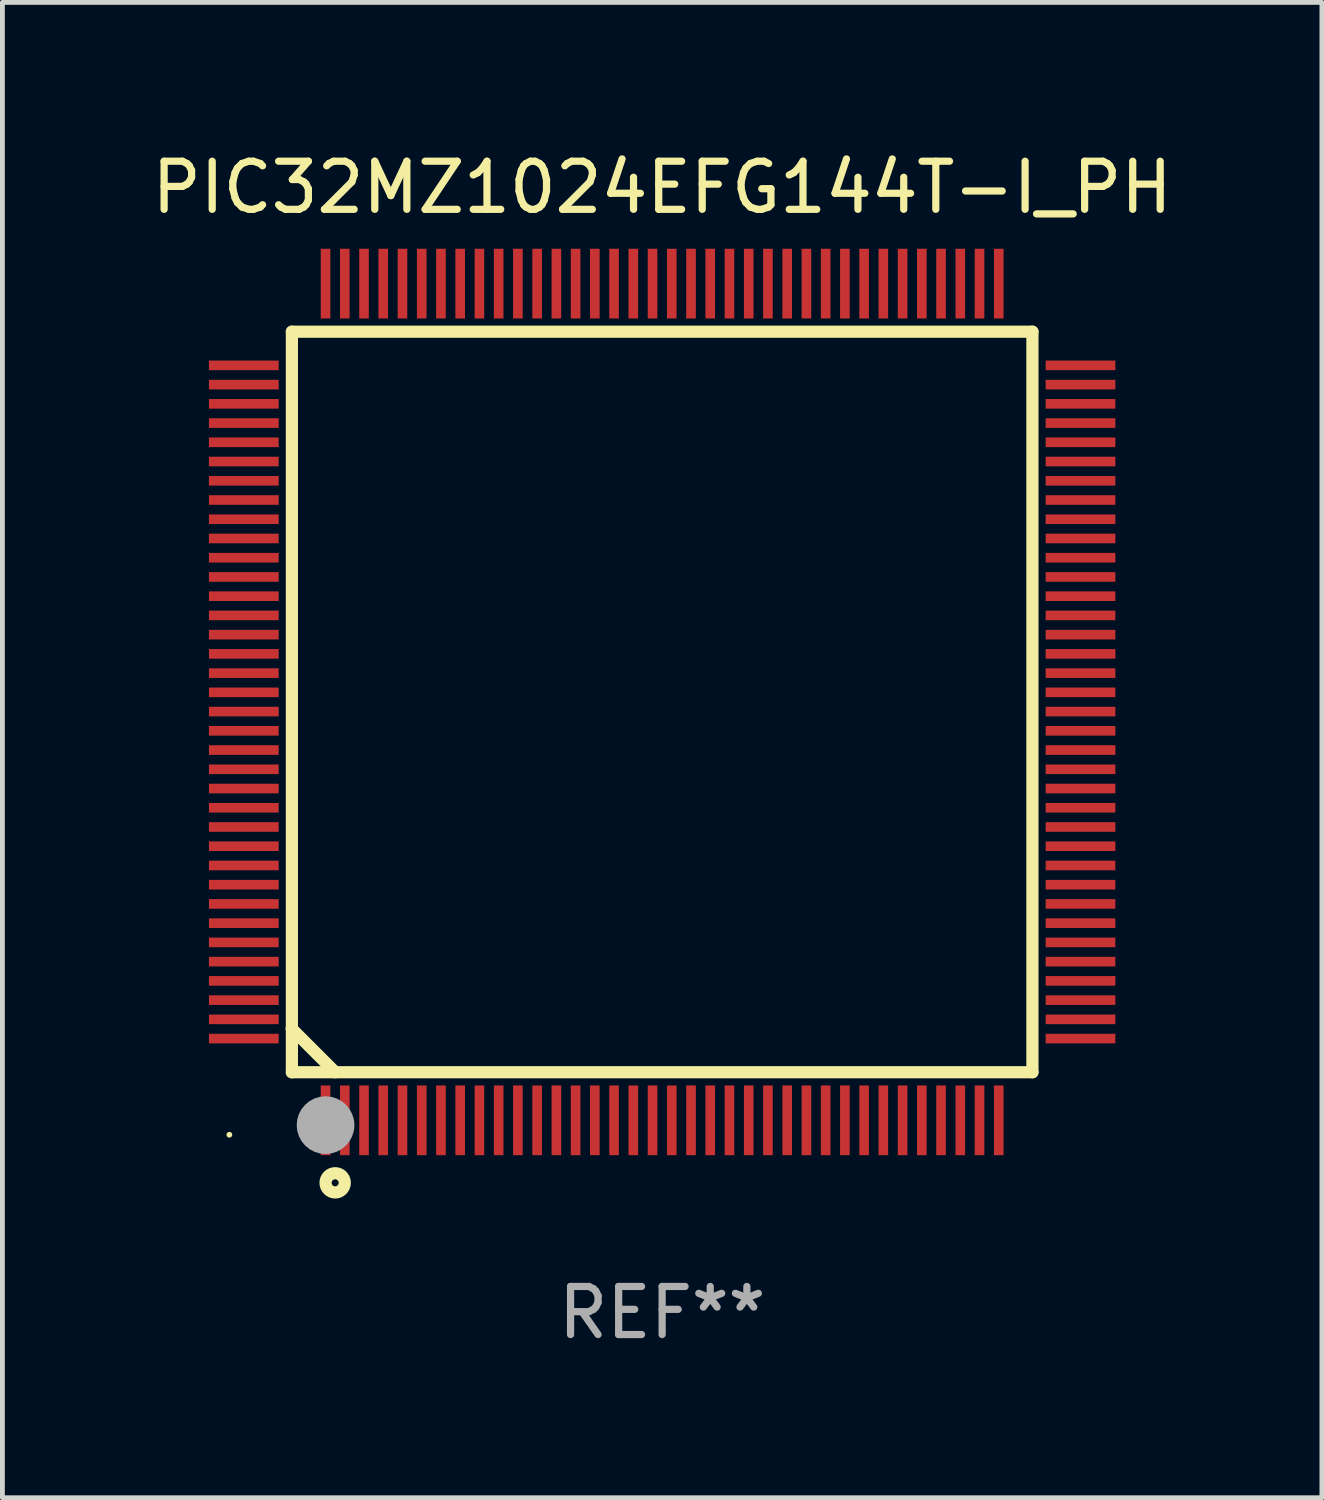
<source format=kicad_pcb>
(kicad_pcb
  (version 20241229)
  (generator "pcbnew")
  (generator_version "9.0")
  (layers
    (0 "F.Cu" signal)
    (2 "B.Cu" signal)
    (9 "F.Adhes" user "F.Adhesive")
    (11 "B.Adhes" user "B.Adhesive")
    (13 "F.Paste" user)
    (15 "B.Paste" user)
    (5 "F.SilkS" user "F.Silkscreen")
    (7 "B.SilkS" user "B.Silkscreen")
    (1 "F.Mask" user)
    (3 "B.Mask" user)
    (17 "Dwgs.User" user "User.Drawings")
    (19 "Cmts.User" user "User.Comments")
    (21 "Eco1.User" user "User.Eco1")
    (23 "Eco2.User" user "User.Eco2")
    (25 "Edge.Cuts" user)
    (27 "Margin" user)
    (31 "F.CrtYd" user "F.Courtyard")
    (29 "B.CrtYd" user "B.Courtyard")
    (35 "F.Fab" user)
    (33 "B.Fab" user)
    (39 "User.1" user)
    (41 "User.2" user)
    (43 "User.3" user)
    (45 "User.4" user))
  (footprint "PIC32MZ1024EFG144T-I_PH"
    (layer "F.Cu")
    (at 10.72 11.548)
    (property "Reference" "PIC32MZ1024EFG144T-I_PH" (at 0 -10.7 0) (layer "F.SilkS") (effects (font (size 1 1) (thickness 0.15))))
    (attr through_hole)
    (fp_line (start -7.7 -7.7) (end -7.7 7.7) (stroke (width 0.254) (type solid)) (layer "F.SilkS"))
    (fp_line (start -7.7 -7.7) (end 7.7 -7.7) (stroke (width 0.254) (type solid)) (layer "F.SilkS"))
    (fp_line (start -7.7 6.774) (end -7.7 6.798) (stroke (width 0.254) (type solid)) (layer "F.SilkS"))
    (fp_line (start -7.7 6.798) (end -6.798 7.7) (stroke (width 0.254) (type solid)) (layer "F.SilkS"))
    (fp_line (start -7.7 7.7) (end 7.7 7.7) (stroke (width 0.254) (type solid)) (layer "F.SilkS"))
    (fp_line (start 7.7 7.7) (end 7.7 -7.7) (stroke (width 0.254) (type solid)) (layer "F.SilkS"))
    (fp_circle (center -9 9) (end -8.97 9) (stroke (width 0.06) (type solid)) (fill no) (layer "F.SilkS"))
    (fp_circle (center -6.8 10) (end -6.6 10) (stroke (width 0.254) (type solid)) (fill no) (layer "F.SilkS"))
    (fp_circle (center -7 8.8) (end -6.7 8.8) (stroke (width 0.6) (type solid)) (fill no) (layer "F.Fab"))
    (fp_text user "REF**" (at 0 12.7 0) (layer "F.Fab") (effects (font (size 1 1) (thickness 0.15))))
    (pad "1" smd rect (at -7 8.7) (size 0.2 1.45) (layers "F.Cu" "F.Mask" "F.Paste"))
    (pad "2" smd rect (at -6.6 8.7) (size 0.2 1.45) (layers "F.Cu" "F.Mask" "F.Paste"))
    (pad "3" smd rect (at -6.2 8.7) (size 0.2 1.45) (layers "F.Cu" "F.Mask" "F.Paste"))
    (pad "4" smd rect (at -5.8 8.7) (size 0.2 1.45) (layers "F.Cu" "F.Mask" "F.Paste"))
    (pad "5" smd rect (at -5.4 8.7) (size 0.2 1.45) (layers "F.Cu" "F.Mask" "F.Paste"))
    (pad "6" smd rect (at -5 8.7) (size 0.2 1.45) (layers "F.Cu" "F.Mask" "F.Paste"))
    (pad "7" smd rect (at -4.6 8.7) (size 0.2 1.45) (layers "F.Cu" "F.Mask" "F.Paste"))
    (pad "8" smd rect (at -4.2 8.7) (size 0.2 1.45) (layers "F.Cu" "F.Mask" "F.Paste"))
    (pad "9" smd rect (at -3.8 8.7) (size 0.2 1.45) (layers "F.Cu" "F.Mask" "F.Paste"))
    (pad "10" smd rect (at -3.4 8.7) (size 0.2 1.45) (layers "F.Cu" "F.Mask" "F.Paste"))
    (pad "11" smd rect (at -3 8.7) (size 0.2 1.45) (layers "F.Cu" "F.Mask" "F.Paste"))
    (pad "12" smd rect (at -2.6 8.7) (size 0.2 1.45) (layers "F.Cu" "F.Mask" "F.Paste"))
    (pad "13" smd rect (at -2.2 8.7) (size 0.2 1.45) (layers "F.Cu" "F.Mask" "F.Paste"))
    (pad "14" smd rect (at -1.8 8.7) (size 0.2 1.45) (layers "F.Cu" "F.Mask" "F.Paste"))
    (pad "15" smd rect (at -1.4 8.7) (size 0.2 1.45) (layers "F.Cu" "F.Mask" "F.Paste"))
    (pad "16" smd rect (at -1 8.7) (size 0.2 1.45) (layers "F.Cu" "F.Mask" "F.Paste"))
    (pad "17" smd rect (at -0.6 8.7) (size 0.2 1.45) (layers "F.Cu" "F.Mask" "F.Paste"))
    (pad "18" smd rect (at -0.2 8.7) (size 0.2 1.45) (layers "F.Cu" "F.Mask" "F.Paste"))
    (pad "19" smd rect (at 0.2 8.7) (size 0.2 1.45) (layers "F.Cu" "F.Mask" "F.Paste"))
    (pad "20" smd rect (at 0.6 8.7) (size 0.2 1.45) (layers "F.Cu" "F.Mask" "F.Paste"))
    (pad "21" smd rect (at 1 8.7) (size 0.2 1.45) (layers "F.Cu" "F.Mask" "F.Paste"))
    (pad "22" smd rect (at 1.4 8.7) (size 0.2 1.45) (layers "F.Cu" "F.Mask" "F.Paste"))
    (pad "23" smd rect (at 1.8 8.7) (size 0.2 1.45) (layers "F.Cu" "F.Mask" "F.Paste"))
    (pad "24" smd rect (at 2.2 8.7) (size 0.2 1.45) (layers "F.Cu" "F.Mask" "F.Paste"))
    (pad "25" smd rect (at 2.6 8.7) (size 0.2 1.45) (layers "F.Cu" "F.Mask" "F.Paste"))
    (pad "26" smd rect (at 3 8.7) (size 0.2 1.45) (layers "F.Cu" "F.Mask" "F.Paste"))
    (pad "27" smd rect (at 3.4 8.7) (size 0.2 1.45) (layers "F.Cu" "F.Mask" "F.Paste"))
    (pad "28" smd rect (at 3.8 8.7) (size 0.2 1.45) (layers "F.Cu" "F.Mask" "F.Paste"))
    (pad "29" smd rect (at 4.2 8.7) (size 0.2 1.45) (layers "F.Cu" "F.Mask" "F.Paste"))
    (pad "30" smd rect (at 4.6 8.7) (size 0.2 1.45) (layers "F.Cu" "F.Mask" "F.Paste"))
    (pad "31" smd rect (at 5 8.7) (size 0.2 1.45) (layers "F.Cu" "F.Mask" "F.Paste"))
    (pad "32" smd rect (at 5.4 8.7) (size 0.2 1.45) (layers "F.Cu" "F.Mask" "F.Paste"))
    (pad "33" smd rect (at 5.8 8.7) (size 0.2 1.45) (layers "F.Cu" "F.Mask" "F.Paste"))
    (pad "34" smd rect (at 6.2 8.7) (size 0.2 1.45) (layers "F.Cu" "F.Mask" "F.Paste"))
    (pad "35" smd rect (at 6.6 8.7) (size 0.2 1.45) (layers "F.Cu" "F.Mask" "F.Paste"))
    (pad "36" smd rect (at 7 8.7) (size 0.2 1.45) (layers "F.Cu" "F.Mask" "F.Paste"))
    (pad "37" smd rect (at 8.7 7) (size 1.45 0.2) (layers "F.Cu" "F.Mask" "F.Paste"))
    (pad "38" smd rect (at 8.7 6.6) (size 1.45 0.2) (layers "F.Cu" "F.Mask" "F.Paste"))
    (pad "39" smd rect (at 8.7 6.2) (size 1.45 0.2) (layers "F.Cu" "F.Mask" "F.Paste"))
    (pad "40" smd rect (at 8.7 5.8) (size 1.45 0.2) (layers "F.Cu" "F.Mask" "F.Paste"))
    (pad "41" smd rect (at 8.7 5.4) (size 1.45 0.2) (layers "F.Cu" "F.Mask" "F.Paste"))
    (pad "42" smd rect (at 8.7 5) (size 1.45 0.2) (layers "F.Cu" "F.Mask" "F.Paste"))
    (pad "43" smd rect (at 8.7 4.6) (size 1.45 0.2) (layers "F.Cu" "F.Mask" "F.Paste"))
    (pad "44" smd rect (at 8.7 4.2) (size 1.45 0.2) (layers "F.Cu" "F.Mask" "F.Paste"))
    (pad "45" smd rect (at 8.7 3.8) (size 1.45 0.2) (layers "F.Cu" "F.Mask" "F.Paste"))
    (pad "46" smd rect (at 8.7 3.4) (size 1.45 0.2) (layers "F.Cu" "F.Mask" "F.Paste"))
    (pad "47" smd rect (at 8.7 3) (size 1.45 0.2) (layers "F.Cu" "F.Mask" "F.Paste"))
    (pad "48" smd rect (at 8.7 2.6) (size 1.45 0.2) (layers "F.Cu" "F.Mask" "F.Paste"))
    (pad "49" smd rect (at 8.7 2.2) (size 1.45 0.2) (layers "F.Cu" "F.Mask" "F.Paste"))
    (pad "50" smd rect (at 8.7 1.8) (size 1.45 0.2) (layers "F.Cu" "F.Mask" "F.Paste"))
    (pad "51" smd rect (at 8.7 1.4) (size 1.45 0.2) (layers "F.Cu" "F.Mask" "F.Paste"))
    (pad "52" smd rect (at 8.7 1) (size 1.45 0.2) (layers "F.Cu" "F.Mask" "F.Paste"))
    (pad "53" smd rect (at 8.7 0.6) (size 1.45 0.2) (layers "F.Cu" "F.Mask" "F.Paste"))
    (pad "54" smd rect (at 8.7 0.2) (size 1.45 0.2) (layers "F.Cu" "F.Mask" "F.Paste"))
    (pad "55" smd rect (at 8.7 -0.2) (size 1.45 0.2) (layers "F.Cu" "F.Mask" "F.Paste"))
    (pad "56" smd rect (at 8.7 -0.6) (size 1.45 0.2) (layers "F.Cu" "F.Mask" "F.Paste"))
    (pad "57" smd rect (at 8.7 -1) (size 1.45 0.2) (layers "F.Cu" "F.Mask" "F.Paste"))
    (pad "58" smd rect (at 8.7 -1.4) (size 1.45 0.2) (layers "F.Cu" "F.Mask" "F.Paste"))
    (pad "59" smd rect (at 8.7 -1.8) (size 1.45 0.2) (layers "F.Cu" "F.Mask" "F.Paste"))
    (pad "60" smd rect (at 8.7 -2.2) (size 1.45 0.2) (layers "F.Cu" "F.Mask" "F.Paste"))
    (pad "61" smd rect (at 8.7 -2.6) (size 1.45 0.2) (layers "F.Cu" "F.Mask" "F.Paste"))
    (pad "62" smd rect (at 8.7 -3) (size 1.45 0.2) (layers "F.Cu" "F.Mask" "F.Paste"))
    (pad "63" smd rect (at 8.7 -3.4) (size 1.45 0.2) (layers "F.Cu" "F.Mask" "F.Paste"))
    (pad "64" smd rect (at 8.7 -3.8) (size 1.45 0.2) (layers "F.Cu" "F.Mask" "F.Paste"))
    (pad "65" smd rect (at 8.7 -4.2) (size 1.45 0.2) (layers "F.Cu" "F.Mask" "F.Paste"))
    (pad "66" smd rect (at 8.7 -4.6) (size 1.45 0.2) (layers "F.Cu" "F.Mask" "F.Paste"))
    (pad "67" smd rect (at 8.7 -5) (size 1.45 0.2) (layers "F.Cu" "F.Mask" "F.Paste"))
    (pad "68" smd rect (at 8.7 -5.4) (size 1.45 0.2) (layers "F.Cu" "F.Mask" "F.Paste"))
    (pad "69" smd rect (at 8.7 -5.8) (size 1.45 0.2) (layers "F.Cu" "F.Mask" "F.Paste"))
    (pad "70" smd rect (at 8.7 -6.2) (size 1.45 0.2) (layers "F.Cu" "F.Mask" "F.Paste"))
    (pad "71" smd rect (at 8.7 -6.6) (size 1.45 0.2) (layers "F.Cu" "F.Mask" "F.Paste"))
    (pad "72" smd rect (at 8.7 -7) (size 1.45 0.2) (layers "F.Cu" "F.Mask" "F.Paste"))
    (pad "73" smd rect (at 7 -8.7) (size 0.2 1.45) (layers "F.Cu" "F.Mask" "F.Paste"))
    (pad "74" smd rect (at 6.6 -8.7) (size 0.2 1.45) (layers "F.Cu" "F.Mask" "F.Paste"))
    (pad "75" smd rect (at 6.2 -8.7) (size 0.2 1.45) (layers "F.Cu" "F.Mask" "F.Paste"))
    (pad "76" smd rect (at 5.8 -8.7) (size 0.2 1.45) (layers "F.Cu" "F.Mask" "F.Paste"))
    (pad "77" smd rect (at 5.4 -8.7) (size 0.2 1.45) (layers "F.Cu" "F.Mask" "F.Paste"))
    (pad "78" smd rect (at 5 -8.7) (size 0.2 1.45) (layers "F.Cu" "F.Mask" "F.Paste"))
    (pad "79" smd rect (at 4.6 -8.7) (size 0.2 1.45) (layers "F.Cu" "F.Mask" "F.Paste"))
    (pad "80" smd rect (at 4.2 -8.7) (size 0.2 1.45) (layers "F.Cu" "F.Mask" "F.Paste"))
    (pad "81" smd rect (at 3.8 -8.7) (size 0.2 1.45) (layers "F.Cu" "F.Mask" "F.Paste"))
    (pad "82" smd rect (at 3.4 -8.7) (size 0.2 1.45) (layers "F.Cu" "F.Mask" "F.Paste"))
    (pad "83" smd rect (at 3 -8.7) (size 0.2 1.45) (layers "F.Cu" "F.Mask" "F.Paste"))
    (pad "84" smd rect (at 2.6 -8.7) (size 0.2 1.45) (layers "F.Cu" "F.Mask" "F.Paste"))
    (pad "85" smd rect (at 2.2 -8.7) (size 0.2 1.45) (layers "F.Cu" "F.Mask" "F.Paste"))
    (pad "86" smd rect (at 1.8 -8.7) (size 0.2 1.45) (layers "F.Cu" "F.Mask" "F.Paste"))
    (pad "87" smd rect (at 1.4 -8.7) (size 0.2 1.45) (layers "F.Cu" "F.Mask" "F.Paste"))
    (pad "88" smd rect (at 1 -8.7) (size 0.2 1.45) (layers "F.Cu" "F.Mask" "F.Paste"))
    (pad "89" smd rect (at 0.6 -8.7) (size 0.2 1.45) (layers "F.Cu" "F.Mask" "F.Paste"))
    (pad "90" smd rect (at 0.2 -8.7) (size 0.2 1.45) (layers "F.Cu" "F.Mask" "F.Paste"))
    (pad "91" smd rect (at -0.2 -8.7) (size 0.2 1.45) (layers "F.Cu" "F.Mask" "F.Paste"))
    (pad "92" smd rect (at -0.6 -8.7) (size 0.2 1.45) (layers "F.Cu" "F.Mask" "F.Paste"))
    (pad "93" smd rect (at -1 -8.7) (size 0.2 1.45) (layers "F.Cu" "F.Mask" "F.Paste"))
    (pad "94" smd rect (at -1.4 -8.7) (size 0.2 1.45) (layers "F.Cu" "F.Mask" "F.Paste"))
    (pad "95" smd rect (at -1.8 -8.7) (size 0.2 1.45) (layers "F.Cu" "F.Mask" "F.Paste"))
    (pad "96" smd rect (at -2.2 -8.7) (size 0.2 1.45) (layers "F.Cu" "F.Mask" "F.Paste"))
    (pad "97" smd rect (at -2.6 -8.7) (size 0.2 1.45) (layers "F.Cu" "F.Mask" "F.Paste"))
    (pad "98" smd rect (at -3 -8.7) (size 0.2 1.45) (layers "F.Cu" "F.Mask" "F.Paste"))
    (pad "99" smd rect (at -3.4 -8.7) (size 0.2 1.45) (layers "F.Cu" "F.Mask" "F.Paste"))
    (pad "100" smd rect (at -3.8 -8.7) (size 0.2 1.45) (layers "F.Cu" "F.Mask" "F.Paste"))
    (pad "101" smd rect (at -4.2 -8.7) (size 0.2 1.45) (layers "F.Cu" "F.Mask" "F.Paste"))
    (pad "102" smd rect (at -4.6 -8.7) (size 0.2 1.45) (layers "F.Cu" "F.Mask" "F.Paste"))
    (pad "103" smd rect (at -5 -8.7) (size 0.2 1.45) (layers "F.Cu" "F.Mask" "F.Paste"))
    (pad "104" smd rect (at -5.4 -8.7) (size 0.2 1.45) (layers "F.Cu" "F.Mask" "F.Paste"))
    (pad "105" smd rect (at -5.8 -8.7) (size 0.2 1.45) (layers "F.Cu" "F.Mask" "F.Paste"))
    (pad "106" smd rect (at -6.2 -8.7) (size 0.2 1.45) (layers "F.Cu" "F.Mask" "F.Paste"))
    (pad "107" smd rect (at -6.6 -8.7) (size 0.2 1.45) (layers "F.Cu" "F.Mask" "F.Paste"))
    (pad "108" smd rect (at -7 -8.7) (size 0.2 1.45) (layers "F.Cu" "F.Mask" "F.Paste"))
    (pad "109" smd rect (at -8.7 -7) (size 1.45 0.2) (layers "F.Cu" "F.Mask" "F.Paste"))
    (pad "110" smd rect (at -8.7 -6.6) (size 1.45 0.2) (layers "F.Cu" "F.Mask" "F.Paste"))
    (pad "111" smd rect (at -8.7 -6.2) (size 1.45 0.2) (layers "F.Cu" "F.Mask" "F.Paste"))
    (pad "112" smd rect (at -8.7 -5.8) (size 1.45 0.2) (layers "F.Cu" "F.Mask" "F.Paste"))
    (pad "113" smd rect (at -8.7 -5.4) (size 1.45 0.2) (layers "F.Cu" "F.Mask" "F.Paste"))
    (pad "114" smd rect (at -8.7 -5) (size 1.45 0.2) (layers "F.Cu" "F.Mask" "F.Paste"))
    (pad "115" smd rect (at -8.7 -4.6) (size 1.45 0.2) (layers "F.Cu" "F.Mask" "F.Paste"))
    (pad "116" smd rect (at -8.7 -4.2) (size 1.45 0.2) (layers "F.Cu" "F.Mask" "F.Paste"))
    (pad "117" smd rect (at -8.7 -3.8) (size 1.45 0.2) (layers "F.Cu" "F.Mask" "F.Paste"))
    (pad "118" smd rect (at -8.7 -3.4) (size 1.45 0.2) (layers "F.Cu" "F.Mask" "F.Paste"))
    (pad "119" smd rect (at -8.7 -3) (size 1.45 0.2) (layers "F.Cu" "F.Mask" "F.Paste"))
    (pad "120" smd rect (at -8.7 -2.6) (size 1.45 0.2) (layers "F.Cu" "F.Mask" "F.Paste"))
    (pad "121" smd rect (at -8.7 -2.2) (size 1.45 0.2) (layers "F.Cu" "F.Mask" "F.Paste"))
    (pad "122" smd rect (at -8.7 -1.8) (size 1.45 0.2) (layers "F.Cu" "F.Mask" "F.Paste"))
    (pad "123" smd rect (at -8.7 -1.4) (size 1.45 0.2) (layers "F.Cu" "F.Mask" "F.Paste"))
    (pad "124" smd rect (at -8.7 -1) (size 1.45 0.2) (layers "F.Cu" "F.Mask" "F.Paste"))
    (pad "125" smd rect (at -8.7 -0.6) (size 1.45 0.2) (layers "F.Cu" "F.Mask" "F.Paste"))
    (pad "126" smd rect (at -8.7 -0.2) (size 1.45 0.2) (layers "F.Cu" "F.Mask" "F.Paste"))
    (pad "127" smd rect (at -8.7 0.2) (size 1.45 0.2) (layers "F.Cu" "F.Mask" "F.Paste"))
    (pad "128" smd rect (at -8.7 0.6) (size 1.45 0.2) (layers "F.Cu" "F.Mask" "F.Paste"))
    (pad "129" smd rect (at -8.7 1) (size 1.45 0.2) (layers "F.Cu" "F.Mask" "F.Paste"))
    (pad "130" smd rect (at -8.7 1.4) (size 1.45 0.2) (layers "F.Cu" "F.Mask" "F.Paste"))
    (pad "131" smd rect (at -8.7 1.8) (size 1.45 0.2) (layers "F.Cu" "F.Mask" "F.Paste"))
    (pad "132" smd rect (at -8.7 2.2) (size 1.45 0.2) (layers "F.Cu" "F.Mask" "F.Paste"))
    (pad "133" smd rect (at -8.7 2.6) (size 1.45 0.2) (layers "F.Cu" "F.Mask" "F.Paste"))
    (pad "134" smd rect (at -8.7 3) (size 1.45 0.2) (layers "F.Cu" "F.Mask" "F.Paste"))
    (pad "135" smd rect (at -8.7 3.4) (size 1.45 0.2) (layers "F.Cu" "F.Mask" "F.Paste"))
    (pad "136" smd rect (at -8.7 3.8) (size 1.45 0.2) (layers "F.Cu" "F.Mask" "F.Paste"))
    (pad "137" smd rect (at -8.7 4.2) (size 1.45 0.2) (layers "F.Cu" "F.Mask" "F.Paste"))
    (pad "138" smd rect (at -8.7 4.6) (size 1.45 0.2) (layers "F.Cu" "F.Mask" "F.Paste"))
    (pad "139" smd rect (at -8.7 5) (size 1.45 0.2) (layers "F.Cu" "F.Mask" "F.Paste"))
    (pad "140" smd rect (at -8.7 5.4) (size 1.45 0.2) (layers "F.Cu" "F.Mask" "F.Paste"))
    (pad "141" smd rect (at -8.7 5.8) (size 1.45 0.2) (layers "F.Cu" "F.Mask" "F.Paste"))
    (pad "142" smd rect (at -8.7 6.2) (size 1.45 0.2) (layers "F.Cu" "F.Mask" "F.Paste"))
    (pad "143" smd rect (at -8.7 6.6) (size 1.45 0.2) (layers "F.Cu" "F.Mask" "F.Paste"))
    (pad "144" smd rect (at -8.7 7) (size 1.45 0.2) (layers "F.Cu" "F.Mask" "F.Paste")))
  (gr_rect
    (start -3 -3)
    (end 24.44 28.096)
    (stroke (width 0.1) (type default))
    (fill no)
    (layer "Edge.Cuts")))
</source>
